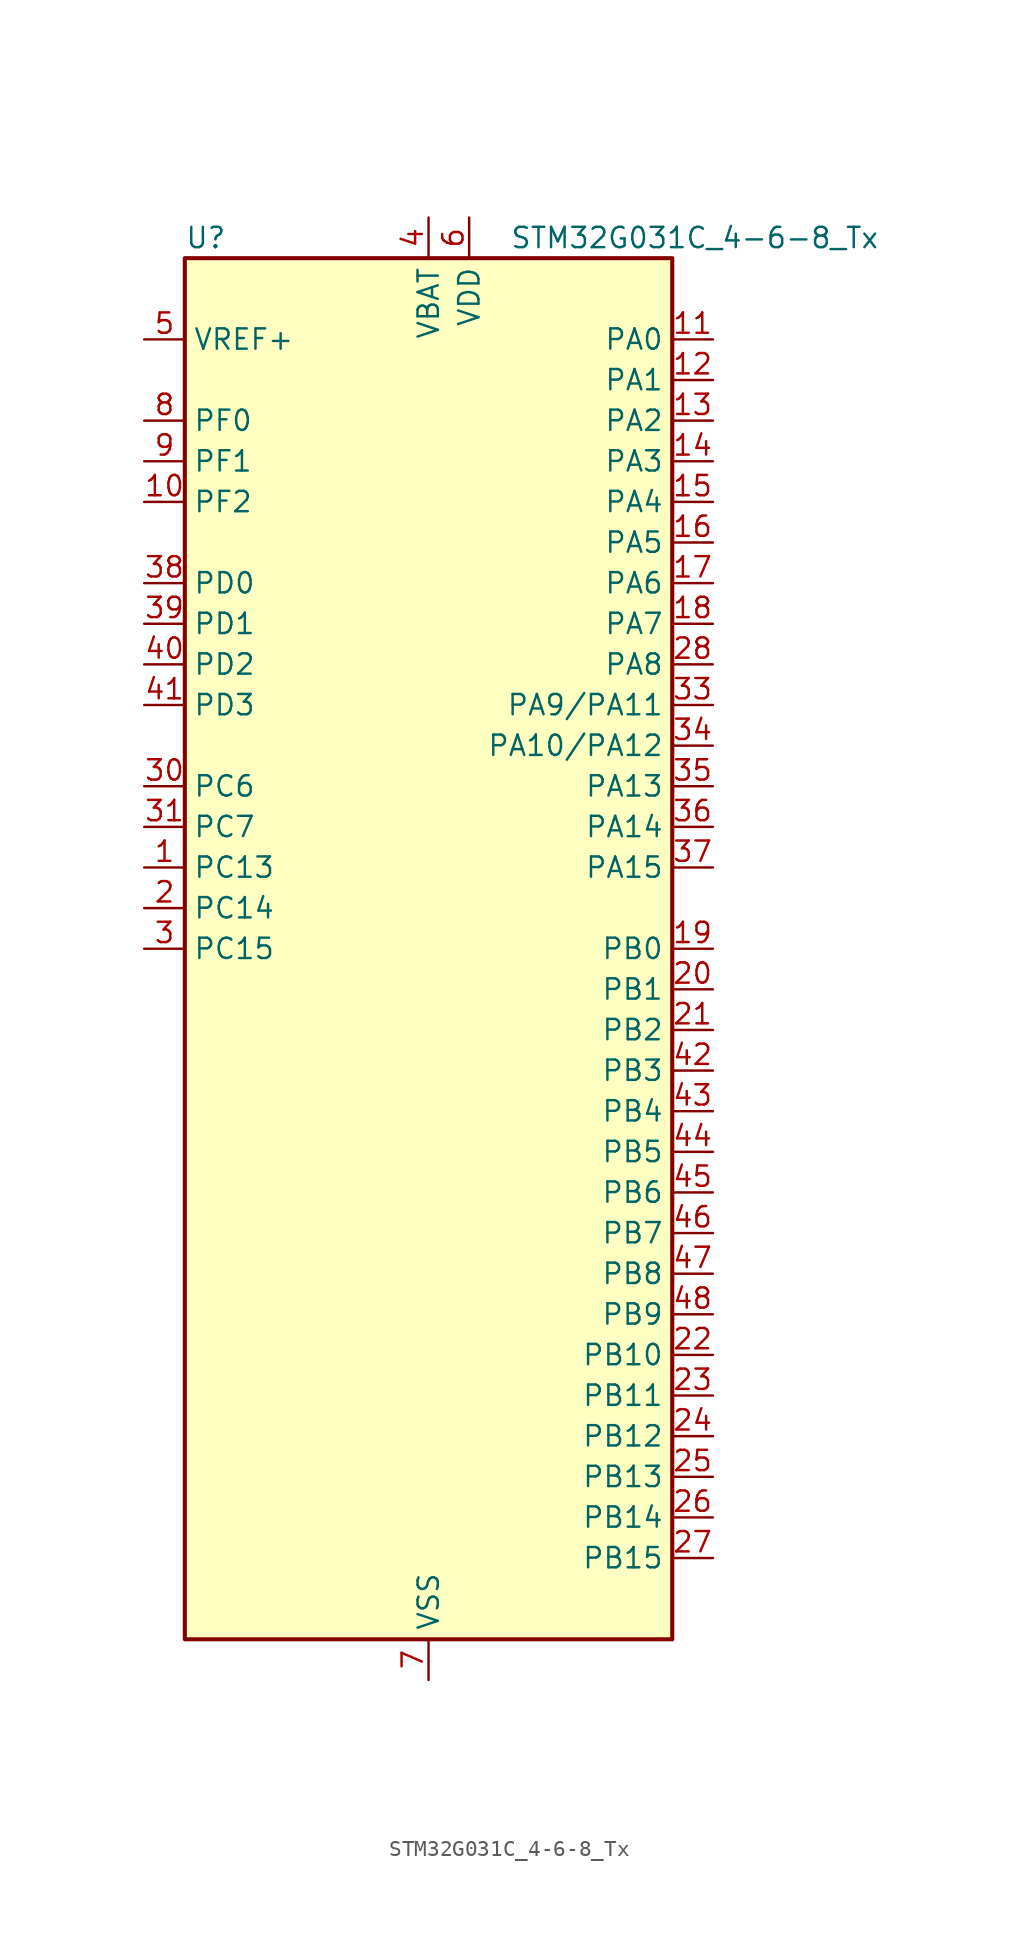
<source format=kicad_sym>
(kicad_symbol_lib
  (version 20241209)
  (generator "kicad_symbol_editor")
  (generator_version "9.0")
  (symbol "STM32G031C_4-6-8_Tx"
    (property "Reference" "U"
      (at -15.24 44.45 0)
      (effects (font (size 1.27 1.27)) (justify left)))
    (property "Value" "STM32G031C_4-6-8_Tx"
      (at 5.08 44.45 0)
      (effects (font (size 1.27 1.27)) (justify left)))
    (symbol "STM32G031C_4-6-8_Tx_0_1"
      (rectangle (start -15.24 -43.18) (end 15.24 43.18) (stroke (width 0.254) (type default)) (fill (type background))))
    (symbol "STM32G031C_4-6-8_Tx_1_1"
      (pin input line (at -17.78 38.1 0) (length 2.54) (name "VREF+" (effects (font (size 1.27 1.27)))) (number "5" (effects (font (size 1.27 1.27)))) (alternate "VREFBUF_OUT" bidirectional line))
      (pin bidirectional line (at -17.78 33.02 0) (length 2.54) (name "PF0" (effects (font (size 1.27 1.27)))) (number "8" (effects (font (size 1.27 1.27)))) (alternate "RCC_OSC_IN" bidirectional line) (alternate "TIM14_CH1" bidirectional line))
      (pin bidirectional line (at -17.78 30.48 0) (length 2.54) (name "PF1" (effects (font (size 1.27 1.27)))) (number "9" (effects (font (size 1.27 1.27)))) (alternate "RCC_OSC_EN" bidirectional line) (alternate "RCC_OSC_OUT" bidirectional line))
      (pin bidirectional line (at -17.78 27.94 0) (length 2.54) (name "PF2" (effects (font (size 1.27 1.27)))) (number "10" (effects (font (size 1.27 1.27)))) (alternate "RCC_MCO" bidirectional line))
      (pin bidirectional line (at -17.78 22.86 0) (length 2.54) (name "PD0" (effects (font (size 1.27 1.27)))) (number "38" (effects (font (size 1.27 1.27)))) (alternate "SPI2_NSS" bidirectional line) (alternate "TIM16_CH1" bidirectional line))
      (pin bidirectional line (at -17.78 20.32 0) (length 2.54) (name "PD1" (effects (font (size 1.27 1.27)))) (number "39" (effects (font (size 1.27 1.27)))) (alternate "SPI2_SCK" bidirectional line) (alternate "TIM17_CH1" bidirectional line))
      (pin bidirectional line (at -17.78 17.78 0) (length 2.54) (name "PD2" (effects (font (size 1.27 1.27)))) (number "40" (effects (font (size 1.27 1.27)))) (alternate "TIM1_CH1N" bidirectional line) (alternate "TIM3_ETR" bidirectional line))
      (pin bidirectional line (at -17.78 15.24 0) (length 2.54) (name "PD3" (effects (font (size 1.27 1.27)))) (number "41" (effects (font (size 1.27 1.27)))) (alternate "SPI2_MISO" bidirectional line) (alternate "TIM1_CH2N" bidirectional line) (alternate "USART2_CTS" bidirectional line) (alternate "USART2_NSS" bidirectional line))
      (pin bidirectional line (at -17.78 10.16 0) (length 2.54) (name "PC6" (effects (font (size 1.27 1.27)))) (number "30" (effects (font (size 1.27 1.27)))) (alternate "TIM2_CH3" bidirectional line) (alternate "TIM3_CH1" bidirectional line))
      (pin bidirectional line (at -17.78 7.62 0) (length 2.54) (name "PC7" (effects (font (size 1.27 1.27)))) (number "31" (effects (font (size 1.27 1.27)))) (alternate "TIM2_CH4" bidirectional line) (alternate "TIM3_CH2" bidirectional line))
      (pin bidirectional line (at -17.78 5.08 0) (length 2.54) (name "PC13" (effects (font (size 1.27 1.27)))) (number "1" (effects (font (size 1.27 1.27)))) (alternate "RTC_OUT_ALARM" bidirectional line) (alternate "RTC_OUT_CALIB" bidirectional line) (alternate "RTC_TAMP_IN1" bidirectional line) (alternate "RTC_TS" bidirectional line) (alternate "SYS_WKUP2" bidirectional line) (alternate "TIM1_BK" bidirectional line))
      (pin bidirectional line (at -17.78 2.54 0) (length 2.54) (name "PC14" (effects (font (size 1.27 1.27)))) (number "2" (effects (font (size 1.27 1.27)))) (alternate "RCC_OSC32_IN" bidirectional line) (alternate "TIM1_BK2" bidirectional line))
      (pin bidirectional line (at -17.78 0 0) (length 2.54) (name "PC15" (effects (font (size 1.27 1.27)))) (number "3" (effects (font (size 1.27 1.27)))) (alternate "RCC_OSC32_EN" bidirectional line) (alternate "RCC_OSC32_OUT" bidirectional line) (alternate "RCC_OSC_EN" bidirectional line))
      (pin no_connect line (at -15.24 -40.64 0) (length 2.54) (hide yes) (name "NC/PA10" (effects (font (size 1.27 1.27)))) (number "32" (effects (font (size 1.27 1.27)))) (alternate "I2C1_SDA (PA10)" bidirectional line) (alternate "NC" bidirectional line) (alternate "PA10" bidirectional line) (alternate "SPI2_MOSI (PA10)" bidirectional line) (alternate "TIM17_BK (PA10)" bidirectional line) (alternate "TIM1_CH3 (PA10)" bidirectional line) (alternate "USART1_RX (PA10)" bidirectional line))
      (pin no_connect line (at -15.24 -43.18 0) (length 2.54) (hide yes) (name "NC/PA9" (effects (font (size 1.27 1.27)))) (number "29" (effects (font (size 1.27 1.27)))) (alternate "I2C1_SCL (PA9)" bidirectional line) (alternate "NC" bidirectional line) (alternate "PA9" bidirectional line) (alternate "RCC_MCO (PA9)" bidirectional line) (alternate "SPI2_MISO (PA9)" bidirectional line) (alternate "TIM1_CH2 (PA9)" bidirectional line) (alternate "USART1_TX (PA9)" bidirectional line))
      (pin power_in line (at 0 45.72 270) (length 2.54) (name "VBAT" (effects (font (size 1.27 1.27)))) (number "4" (effects (font (size 1.27 1.27)))))
      (pin power_in line (at 0 -45.72 90) (length 2.54) (name "VSS" (effects (font (size 1.27 1.27)))) (number "7" (effects (font (size 1.27 1.27)))))
      (pin power_in line (at 2.54 45.72 270) (length 2.54) (name "VDD" (effects (font (size 1.27 1.27)))) (number "6" (effects (font (size 1.27 1.27)))))
      (pin bidirectional line (at 17.78 38.1 180) (length 2.54) (name "PA0" (effects (font (size 1.27 1.27)))) (number "11" (effects (font (size 1.27 1.27)))) (alternate "ADC1_IN0" bidirectional line) (alternate "LPTIM1_OUT" bidirectional line) (alternate "RTC_TAMP_IN2" bidirectional line) (alternate "SPI2_SCK" bidirectional line) (alternate "SYS_WKUP1" bidirectional line) (alternate "TIM2_CH1" bidirectional line) (alternate "TIM2_ETR" bidirectional line) (alternate "USART2_CTS" bidirectional line) (alternate "USART2_NSS" bidirectional line))
      (pin bidirectional line (at 17.78 35.56 180) (length 2.54) (name "PA1" (effects (font (size 1.27 1.27)))) (number "12" (effects (font (size 1.27 1.27)))) (alternate "ADC1_IN1" bidirectional line) (alternate "I2C1_SMBA" bidirectional line) (alternate "I2S1_CK" bidirectional line) (alternate "SPI1_SCK" bidirectional line) (alternate "TIM2_CH2" bidirectional line) (alternate "USART2_CK" bidirectional line) (alternate "USART2_DE" bidirectional line) (alternate "USART2_RTS" bidirectional line))
      (pin bidirectional line (at 17.78 33.02 180) (length 2.54) (name "PA2" (effects (font (size 1.27 1.27)))) (number "13" (effects (font (size 1.27 1.27)))) (alternate "ADC1_IN2" bidirectional line) (alternate "I2S1_SD" bidirectional line) (alternate "LPUART1_TX" bidirectional line) (alternate "RCC_LSCO" bidirectional line) (alternate "SPI1_MOSI" bidirectional line) (alternate "SYS_WKUP4" bidirectional line) (alternate "TIM2_CH3" bidirectional line) (alternate "USART2_TX" bidirectional line))
      (pin bidirectional line (at 17.78 30.48 180) (length 2.54) (name "PA3" (effects (font (size 1.27 1.27)))) (number "14" (effects (font (size 1.27 1.27)))) (alternate "ADC1_IN3" bidirectional line) (alternate "LPUART1_RX" bidirectional line) (alternate "SPI2_MISO" bidirectional line) (alternate "TIM2_CH4" bidirectional line) (alternate "USART2_RX" bidirectional line))
      (pin bidirectional line (at 17.78 27.94 180) (length 2.54) (name "PA4" (effects (font (size 1.27 1.27)))) (number "15" (effects (font (size 1.27 1.27)))) (alternate "ADC1_IN4" bidirectional line) (alternate "I2S1_WS" bidirectional line) (alternate "LPTIM2_OUT" bidirectional line) (alternate "RTC_OUT_ALARM" bidirectional line) (alternate "RTC_OUT_CALIB" bidirectional line) (alternate "SPI1_NSS" bidirectional line) (alternate "SPI2_MOSI" bidirectional line) (alternate "TIM14_CH1" bidirectional line))
      (pin bidirectional line (at 17.78 25.4 180) (length 2.54) (name "PA5" (effects (font (size 1.27 1.27)))) (number "16" (effects (font (size 1.27 1.27)))) (alternate "ADC1_IN5" bidirectional line) (alternate "I2S1_CK" bidirectional line) (alternate "LPTIM2_ETR" bidirectional line) (alternate "SPI1_SCK" bidirectional line) (alternate "TIM2_CH1" bidirectional line) (alternate "TIM2_ETR" bidirectional line))
      (pin bidirectional line (at 17.78 22.86 180) (length 2.54) (name "PA6" (effects (font (size 1.27 1.27)))) (number "17" (effects (font (size 1.27 1.27)))) (alternate "ADC1_IN6" bidirectional line) (alternate "I2S1_MCK" bidirectional line) (alternate "LPUART1_CTS" bidirectional line) (alternate "SPI1_MISO" bidirectional line) (alternate "TIM16_CH1" bidirectional line) (alternate "TIM1_BK" bidirectional line) (alternate "TIM3_CH1" bidirectional line))
      (pin bidirectional line (at 17.78 20.32 180) (length 2.54) (name "PA7" (effects (font (size 1.27 1.27)))) (number "18" (effects (font (size 1.27 1.27)))) (alternate "ADC1_IN7" bidirectional line) (alternate "I2S1_SD" bidirectional line) (alternate "SPI1_MOSI" bidirectional line) (alternate "TIM14_CH1" bidirectional line) (alternate "TIM17_CH1" bidirectional line) (alternate "TIM1_CH1N" bidirectional line) (alternate "TIM3_CH2" bidirectional line))
      (pin bidirectional line (at 17.78 17.78 180) (length 2.54) (name "PA8" (effects (font (size 1.27 1.27)))) (number "28" (effects (font (size 1.27 1.27)))) (alternate "LPTIM2_OUT" bidirectional line) (alternate "RCC_MCO" bidirectional line) (alternate "SPI2_NSS" bidirectional line) (alternate "TIM1_CH1" bidirectional line))
      (pin bidirectional line (at 17.78 15.24 180) (length 2.54) (name "PA9/PA11" (effects (font (size 1.27 1.27)))) (number "33" (effects (font (size 1.27 1.27)))) (alternate "ADC1_EXTI11 (PA11)" bidirectional line) (alternate "I2C1_SCL (PA9)" bidirectional line) (alternate "I2C2_SCL (PA11)" bidirectional line) (alternate "I2S1_MCK (PA11)" bidirectional line) (alternate "PA11" bidirectional line) (alternate "PA9" bidirectional line) (alternate "RCC_MCO (PA9)" bidirectional line) (alternate "SPI1_MISO (PA11)" bidirectional line) (alternate "SPI2_MISO (PA9)" bidirectional line) (alternate "TIM1_BK2 (PA11)" bidirectional line) (alternate "TIM1_CH2 (PA9)" bidirectional line) (alternate "TIM1_CH4 (PA11)" bidirectional line) (alternate "USART1_CTS (PA11)" bidirectional line) (alternate "USART1_NSS (PA11)" bidirectional line) (alternate "USART1_TX (PA9)" bidirectional line))
      (pin bidirectional line (at 17.78 12.7 180) (length 2.54) (name "PA10/PA12" (effects (font (size 1.27 1.27)))) (number "34" (effects (font (size 1.27 1.27)))) (alternate "I2C1_SDA (PA10)" bidirectional line) (alternate "I2C2_SDA (PA12)" bidirectional line) (alternate "I2S1_SD (PA12)" bidirectional line) (alternate "I2S_CKIN (PA12)" bidirectional line) (alternate "PA10" bidirectional line) (alternate "PA12" bidirectional line) (alternate "SPI1_MOSI (PA12)" bidirectional line) (alternate "SPI2_MOSI (PA10)" bidirectional line) (alternate "TIM17_BK (PA10)" bidirectional line) (alternate "TIM1_CH3 (PA10)" bidirectional line) (alternate "TIM1_ETR (PA12)" bidirectional line) (alternate "USART1_CK (PA12)" bidirectional line) (alternate "USART1_DE (PA12)" bidirectional line) (alternate "USART1_RTS (PA12)" bidirectional line) (alternate "USART1_RX (PA10)" bidirectional line))
      (pin bidirectional line (at 17.78 10.16 180) (length 2.54) (name "PA13" (effects (font (size 1.27 1.27)))) (number "35" (effects (font (size 1.27 1.27)))) (alternate "ADC1_IN17" bidirectional line) (alternate "IR_OUT" bidirectional line) (alternate "SYS_SWDIO" bidirectional line))
      (pin bidirectional line (at 17.78 7.62 180) (length 2.54) (name "PA14" (effects (font (size 1.27 1.27)))) (number "36" (effects (font (size 1.27 1.27)))) (alternate "ADC1_IN18" bidirectional line) (alternate "SYS_SWCLK" bidirectional line) (alternate "USART2_TX" bidirectional line))
      (pin bidirectional line (at 17.78 5.08 180) (length 2.54) (name "PA15" (effects (font (size 1.27 1.27)))) (number "37" (effects (font (size 1.27 1.27)))) (alternate "I2S1_WS" bidirectional line) (alternate "SPI1_NSS" bidirectional line) (alternate "TIM2_CH1" bidirectional line) (alternate "TIM2_ETR" bidirectional line) (alternate "USART2_RX" bidirectional line))
      (pin bidirectional line (at 17.78 0 180) (length 2.54) (name "PB0" (effects (font (size 1.27 1.27)))) (number "19" (effects (font (size 1.27 1.27)))) (alternate "ADC1_IN8" bidirectional line) (alternate "I2S1_WS" bidirectional line) (alternate "LPTIM1_OUT" bidirectional line) (alternate "SPI1_NSS" bidirectional line) (alternate "TIM1_CH2N" bidirectional line) (alternate "TIM3_CH3" bidirectional line))
      (pin bidirectional line (at 17.78 -2.54 180) (length 2.54) (name "PB1" (effects (font (size 1.27 1.27)))) (number "20" (effects (font (size 1.27 1.27)))) (alternate "ADC1_IN9" bidirectional line) (alternate "LPTIM2_IN1" bidirectional line) (alternate "LPUART1_DE" bidirectional line) (alternate "LPUART1_RTS" bidirectional line) (alternate "TIM14_CH1" bidirectional line) (alternate "TIM1_CH3N" bidirectional line) (alternate "TIM3_CH4" bidirectional line))
      (pin bidirectional line (at 17.78 -5.08 180) (length 2.54) (name "PB2" (effects (font (size 1.27 1.27)))) (number "21" (effects (font (size 1.27 1.27)))) (alternate "ADC1_IN10" bidirectional line) (alternate "LPTIM1_OUT" bidirectional line) (alternate "SPI2_MISO" bidirectional line))
      (pin bidirectional line (at 17.78 -7.62 180) (length 2.54) (name "PB3" (effects (font (size 1.27 1.27)))) (number "42" (effects (font (size 1.27 1.27)))) (alternate "I2S1_CK" bidirectional line) (alternate "SPI1_SCK" bidirectional line) (alternate "TIM1_CH2" bidirectional line) (alternate "TIM2_CH2" bidirectional line) (alternate "USART1_CK" bidirectional line) (alternate "USART1_DE" bidirectional line) (alternate "USART1_RTS" bidirectional line))
      (pin bidirectional line (at 17.78 -10.16 180) (length 2.54) (name "PB4" (effects (font (size 1.27 1.27)))) (number "43" (effects (font (size 1.27 1.27)))) (alternate "I2S1_MCK" bidirectional line) (alternate "SPI1_MISO" bidirectional line) (alternate "TIM17_BK" bidirectional line) (alternate "TIM3_CH1" bidirectional line) (alternate "USART1_CTS" bidirectional line) (alternate "USART1_NSS" bidirectional line))
      (pin bidirectional line (at 17.78 -12.7 180) (length 2.54) (name "PB5" (effects (font (size 1.27 1.27)))) (number "44" (effects (font (size 1.27 1.27)))) (alternate "I2C1_SMBA" bidirectional line) (alternate "I2S1_SD" bidirectional line) (alternate "LPTIM1_IN1" bidirectional line) (alternate "SPI1_MOSI" bidirectional line) (alternate "SYS_WKUP6" bidirectional line) (alternate "TIM16_BK" bidirectional line) (alternate "TIM3_CH2" bidirectional line))
      (pin bidirectional line (at 17.78 -15.24 180) (length 2.54) (name "PB6" (effects (font (size 1.27 1.27)))) (number "45" (effects (font (size 1.27 1.27)))) (alternate "I2C1_SCL" bidirectional line) (alternate "LPTIM1_ETR" bidirectional line) (alternate "SPI2_MISO" bidirectional line) (alternate "TIM16_CH1N" bidirectional line) (alternate "TIM1_CH3" bidirectional line) (alternate "USART1_TX" bidirectional line))
      (pin bidirectional line (at 17.78 -17.78 180) (length 2.54) (name "PB7" (effects (font (size 1.27 1.27)))) (number "46" (effects (font (size 1.27 1.27)))) (alternate "I2C1_SDA" bidirectional line) (alternate "LPTIM1_IN2" bidirectional line) (alternate "SPI2_MOSI" bidirectional line) (alternate "SYS_PVD_IN" bidirectional line) (alternate "TIM17_CH1N" bidirectional line) (alternate "USART1_RX" bidirectional line))
      (pin bidirectional line (at 17.78 -20.32 180) (length 2.54) (name "PB8" (effects (font (size 1.27 1.27)))) (number "47" (effects (font (size 1.27 1.27)))) (alternate "I2C1_SCL" bidirectional line) (alternate "SPI2_SCK" bidirectional line) (alternate "TIM16_CH1" bidirectional line))
      (pin bidirectional line (at 17.78 -22.86 180) (length 2.54) (name "PB9" (effects (font (size 1.27 1.27)))) (number "48" (effects (font (size 1.27 1.27)))) (alternate "I2C1_SDA" bidirectional line) (alternate "IR_OUT" bidirectional line) (alternate "SPI2_NSS" bidirectional line) (alternate "TIM17_CH1" bidirectional line))
      (pin bidirectional line (at 17.78 -25.4 180) (length 2.54) (name "PB10" (effects (font (size 1.27 1.27)))) (number "22" (effects (font (size 1.27 1.27)))) (alternate "ADC1_IN11" bidirectional line) (alternate "I2C2_SCL" bidirectional line) (alternate "LPUART1_RX" bidirectional line) (alternate "SPI2_SCK" bidirectional line) (alternate "TIM2_CH3" bidirectional line))
      (pin bidirectional line (at 17.78 -27.94 180) (length 2.54) (name "PB11" (effects (font (size 1.27 1.27)))) (number "23" (effects (font (size 1.27 1.27)))) (alternate "ADC1_EXTI11" bidirectional line) (alternate "ADC1_IN15" bidirectional line) (alternate "I2C2_SDA" bidirectional line) (alternate "LPUART1_TX" bidirectional line) (alternate "SPI2_MOSI" bidirectional line) (alternate "TIM2_CH4" bidirectional line))
      (pin bidirectional line (at 17.78 -30.48 180) (length 2.54) (name "PB12" (effects (font (size 1.27 1.27)))) (number "24" (effects (font (size 1.27 1.27)))) (alternate "ADC1_IN16" bidirectional line) (alternate "LPUART1_DE" bidirectional line) (alternate "LPUART1_RTS" bidirectional line) (alternate "SPI2_NSS" bidirectional line) (alternate "TIM1_BK" bidirectional line))
      (pin bidirectional line (at 17.78 -33.02 180) (length 2.54) (name "PB13" (effects (font (size 1.27 1.27)))) (number "25" (effects (font (size 1.27 1.27)))) (alternate "I2C2_SCL" bidirectional line) (alternate "LPUART1_CTS" bidirectional line) (alternate "SPI2_SCK" bidirectional line) (alternate "TIM1_CH1N" bidirectional line))
      (pin bidirectional line (at 17.78 -35.56 180) (length 2.54) (name "PB14" (effects (font (size 1.27 1.27)))) (number "26" (effects (font (size 1.27 1.27)))) (alternate "I2C2_SDA" bidirectional line) (alternate "SPI2_MISO" bidirectional line) (alternate "TIM1_CH2N" bidirectional line))
      (pin bidirectional line (at 17.78 -38.1 180) (length 2.54) (name "PB15" (effects (font (size 1.27 1.27)))) (number "27" (effects (font (size 1.27 1.27)))) (alternate "RTC_REFIN" bidirectional line) (alternate "SPI2_MOSI" bidirectional line) (alternate "TIM1_CH3N" bidirectional line)))))
</source>
